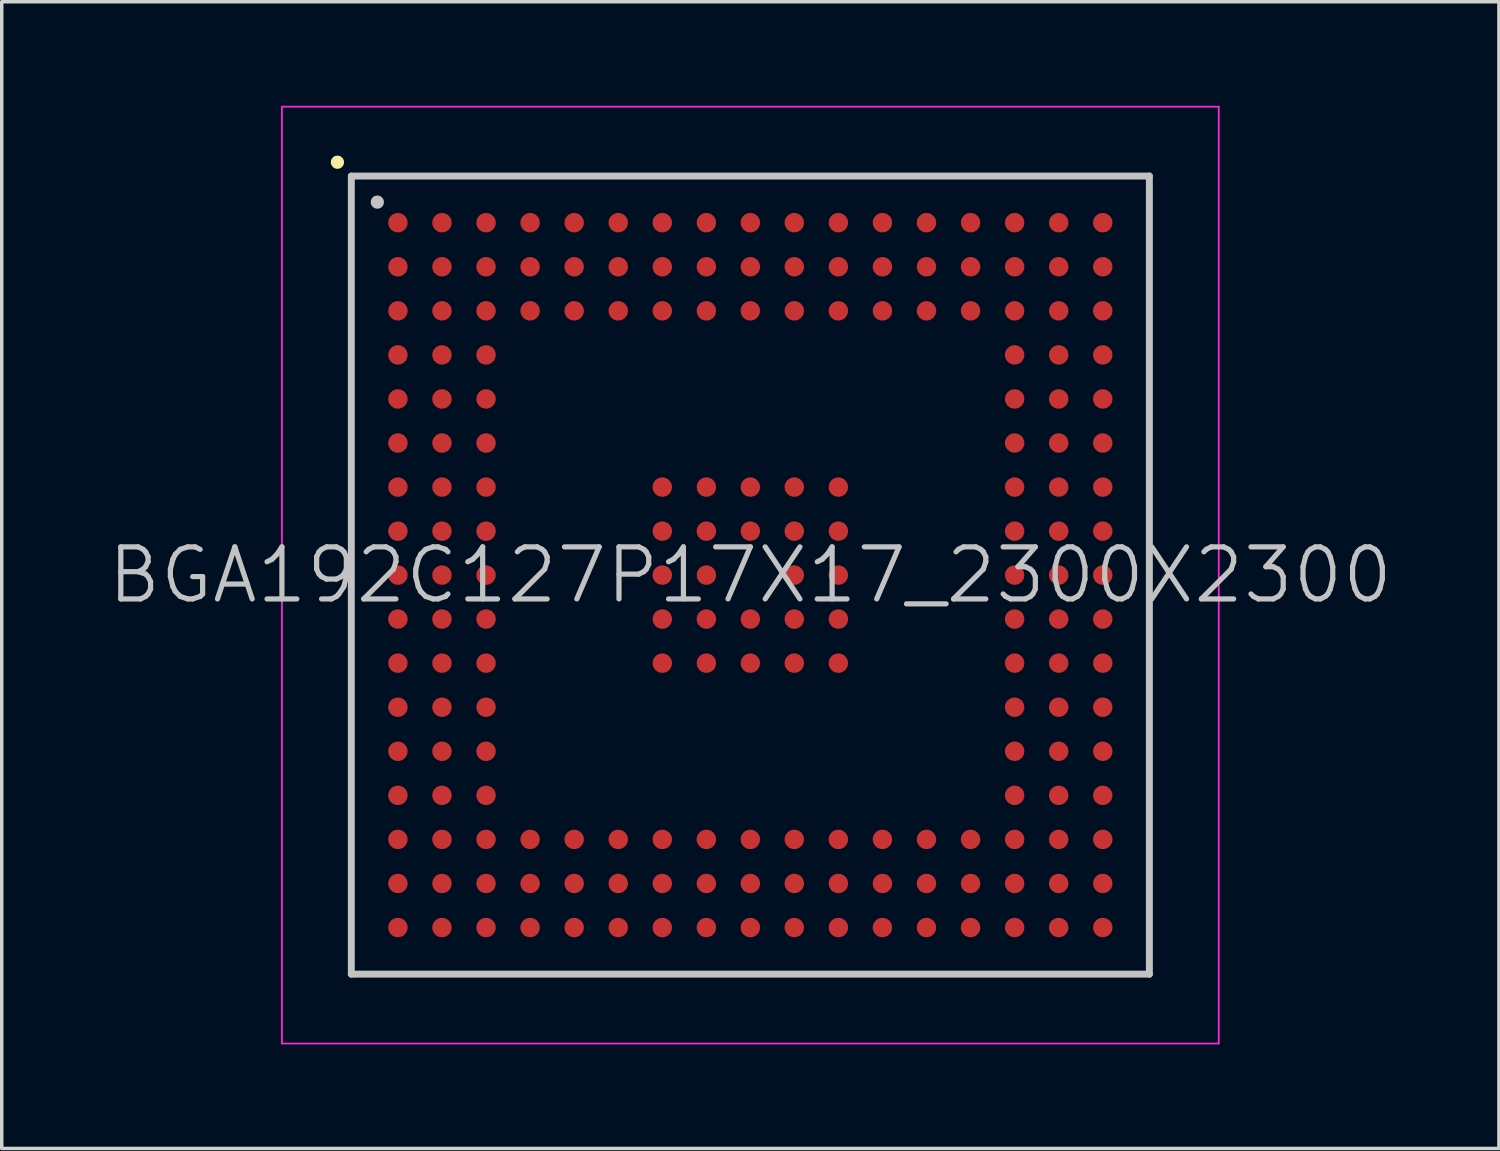
<source format=kicad_pcb>
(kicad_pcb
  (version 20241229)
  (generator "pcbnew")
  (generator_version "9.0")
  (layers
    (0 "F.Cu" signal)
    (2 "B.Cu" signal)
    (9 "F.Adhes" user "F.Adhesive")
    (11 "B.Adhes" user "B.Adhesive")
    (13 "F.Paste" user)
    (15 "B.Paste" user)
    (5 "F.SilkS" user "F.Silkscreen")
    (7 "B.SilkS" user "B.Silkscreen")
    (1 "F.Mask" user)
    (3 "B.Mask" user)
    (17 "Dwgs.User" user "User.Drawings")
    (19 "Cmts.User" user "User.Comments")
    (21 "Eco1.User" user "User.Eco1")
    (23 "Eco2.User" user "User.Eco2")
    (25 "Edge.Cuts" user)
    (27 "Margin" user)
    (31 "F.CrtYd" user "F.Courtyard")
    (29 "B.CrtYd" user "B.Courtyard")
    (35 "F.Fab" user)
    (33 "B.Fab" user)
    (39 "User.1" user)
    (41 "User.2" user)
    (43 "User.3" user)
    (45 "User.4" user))
  (footprint "BGA192C127P17X17_2300X2300"
    (layer "F.Cu")
    (at 18.575 13.525)
    (property "Reference" "BGA192C127P17X17_2300X2300" (at 0 0 0) (layer "Dwgs.User") (effects (font (size 1.5 1.5) (thickness 0.15))))
    (attr smd)
    (fp_line (start -11.9 -11.9) (end -11.9 -11.9) (stroke (width 0.381) (type solid)) (layer "F.SilkS"))
    (fp_line (start -11.5 -11.5) (end -11.5 11.5) (stroke (width 0.2) (type solid)) (layer "Dwgs.User"))
    (fp_line (start -11.5 -11.5) (end 11.5 -11.5) (stroke (width 0.2) (type solid)) (layer "Dwgs.User"))
    (fp_line (start -11.5 11.5) (end 11.5 11.5) (stroke (width 0.2) (type solid)) (layer "Dwgs.User"))
    (fp_line (start -10.75 -10.75) (end -10.75 -10.75) (stroke (width 0.381) (type solid)) (layer "Dwgs.User"))
    (fp_line (start 11.5 -11.5) (end 11.5 11.5) (stroke (width 0.2) (type solid)) (layer "Dwgs.User"))
    (fp_line (start -13.5 -13.5) (end -13.5 13.5) (stroke (width 0.05) (type solid)) (layer "F.CrtYd"))
    (fp_line (start -13.5 -13.5) (end 13.5 -13.5) (stroke (width 0.05) (type solid)) (layer "F.CrtYd"))
    (fp_line (start -13.5 13.5) (end 13.5 13.5) (stroke (width 0.05) (type solid)) (layer "F.CrtYd"))
    (fp_line (start 13.5 -13.5) (end 13.5 13.5) (stroke (width 0.05) (type solid)) (layer "F.CrtYd"))
    (pad "A1" smd circle (at -10.157 -10.157 270) (size 0.56 0.56) (layers "F.Cu" "F.Mask" "F.Paste"))
    (pad "A2" smd circle (at -8.887 -10.157 270) (size 0.56 0.56) (layers "F.Cu" "F.Mask" "F.Paste"))
    (pad "A3" smd circle (at -7.617 -10.157 270) (size 0.56 0.56) (layers "F.Cu" "F.Mask" "F.Paste"))
    (pad "A4" smd circle (at -6.347 -10.157 270) (size 0.56 0.56) (layers "F.Cu" "F.Mask" "F.Paste"))
    (pad "A5" smd circle (at -5.077 -10.157 270) (size 0.56 0.56) (layers "F.Cu" "F.Mask" "F.Paste"))
    (pad "A6" smd circle (at -3.807 -10.157 270) (size 0.56 0.56) (layers "F.Cu" "F.Mask" "F.Paste"))
    (pad "A7" smd circle (at -2.537 -10.157 270) (size 0.56 0.56) (layers "F.Cu" "F.Mask" "F.Paste"))
    (pad "A8" smd circle (at -1.267 -10.157 270) (size 0.56 0.56) (layers "F.Cu" "F.Mask" "F.Paste"))
    (pad "A9" smd circle (at 0 -10.157 270) (size 0.56 0.56) (layers "F.Cu" "F.Mask" "F.Paste"))
    (pad "A10" smd circle (at 1.267 -10.157 270) (size 0.56 0.56) (layers "F.Cu" "F.Mask" "F.Paste"))
    (pad "A11" smd circle (at 2.537 -10.157 270) (size 0.56 0.56) (layers "F.Cu" "F.Mask" "F.Paste"))
    (pad "A12" smd circle (at 3.807 -10.157 270) (size 0.56 0.56) (layers "F.Cu" "F.Mask" "F.Paste"))
    (pad "A13" smd circle (at 5.077 -10.157 270) (size 0.56 0.56) (layers "F.Cu" "F.Mask" "F.Paste"))
    (pad "A14" smd circle (at 6.347 -10.157 270) (size 0.56 0.56) (layers "F.Cu" "F.Mask" "F.Paste"))
    (pad "A15" smd circle (at 7.617 -10.157 270) (size 0.56 0.56) (layers "F.Cu" "F.Mask" "F.Paste"))
    (pad "A16" smd circle (at 8.887 -10.157 270) (size 0.56 0.56) (layers "F.Cu" "F.Mask" "F.Paste"))
    (pad "A17" smd circle (at 10.157 -10.157 270) (size 0.56 0.56) (layers "F.Cu" "F.Mask" "F.Paste"))
    (pad "B1" smd circle (at -10.157 -8.887 270) (size 0.56 0.56) (layers "F.Cu" "F.Mask" "F.Paste"))
    (pad "B2" smd circle (at -8.887 -8.887 270) (size 0.56 0.56) (layers "F.Cu" "F.Mask" "F.Paste"))
    (pad "B3" smd circle (at -7.617 -8.887 270) (size 0.56 0.56) (layers "F.Cu" "F.Mask" "F.Paste"))
    (pad "B4" smd circle (at -6.347 -8.887 270) (size 0.56 0.56) (layers "F.Cu" "F.Mask" "F.Paste"))
    (pad "B5" smd circle (at -5.077 -8.887 270) (size 0.56 0.56) (layers "F.Cu" "F.Mask" "F.Paste"))
    (pad "B6" smd circle (at -3.807 -8.887 270) (size 0.56 0.56) (layers "F.Cu" "F.Mask" "F.Paste"))
    (pad "B7" smd circle (at -2.537 -8.887 270) (size 0.56 0.56) (layers "F.Cu" "F.Mask" "F.Paste"))
    (pad "B8" smd circle (at -1.267 -8.887 270) (size 0.56 0.56) (layers "F.Cu" "F.Mask" "F.Paste"))
    (pad "B9" smd circle (at 0 -8.887 270) (size 0.56 0.56) (layers "F.Cu" "F.Mask" "F.Paste"))
    (pad "B10" smd circle (at 1.267 -8.887 270) (size 0.56 0.56) (layers "F.Cu" "F.Mask" "F.Paste"))
    (pad "B11" smd circle (at 2.537 -8.887 270) (size 0.56 0.56) (layers "F.Cu" "F.Mask" "F.Paste"))
    (pad "B12" smd circle (at 3.807 -8.887 270) (size 0.56 0.56) (layers "F.Cu" "F.Mask" "F.Paste"))
    (pad "B13" smd circle (at 5.077 -8.887 270) (size 0.56 0.56) (layers "F.Cu" "F.Mask" "F.Paste"))
    (pad "B14" smd circle (at 6.347 -8.887 270) (size 0.56 0.56) (layers "F.Cu" "F.Mask" "F.Paste"))
    (pad "B15" smd circle (at 7.617 -8.887 270) (size 0.56 0.56) (layers "F.Cu" "F.Mask" "F.Paste"))
    (pad "B16" smd circle (at 8.887 -8.887 270) (size 0.56 0.56) (layers "F.Cu" "F.Mask" "F.Paste"))
    (pad "B17" smd circle (at 10.157 -8.887 270) (size 0.56 0.56) (layers "F.Cu" "F.Mask" "F.Paste"))
    (pad "C1" smd circle (at -10.157 -7.617 270) (size 0.56 0.56) (layers "F.Cu" "F.Mask" "F.Paste"))
    (pad "C2" smd circle (at -8.887 -7.617 270) (size 0.56 0.56) (layers "F.Cu" "F.Mask" "F.Paste"))
    (pad "C3" smd circle (at -7.617 -7.617 270) (size 0.56 0.56) (layers "F.Cu" "F.Mask" "F.Paste"))
    (pad "C4" smd circle (at -6.347 -7.617 270) (size 0.56 0.56) (layers "F.Cu" "F.Mask" "F.Paste"))
    (pad "C5" smd circle (at -5.077 -7.617 270) (size 0.56 0.56) (layers "F.Cu" "F.Mask" "F.Paste"))
    (pad "C6" smd circle (at -3.807 -7.617 270) (size 0.56 0.56) (layers "F.Cu" "F.Mask" "F.Paste"))
    (pad "C7" smd circle (at -2.537 -7.617 270) (size 0.56 0.56) (layers "F.Cu" "F.Mask" "F.Paste"))
    (pad "C8" smd circle (at -1.267 -7.617 270) (size 0.56 0.56) (layers "F.Cu" "F.Mask" "F.Paste"))
    (pad "C9" smd circle (at 0 -7.617 270) (size 0.56 0.56) (layers "F.Cu" "F.Mask" "F.Paste"))
    (pad "C10" smd circle (at 1.267 -7.617 270) (size 0.56 0.56) (layers "F.Cu" "F.Mask" "F.Paste"))
    (pad "C11" smd circle (at 2.537 -7.617 270) (size 0.56 0.56) (layers "F.Cu" "F.Mask" "F.Paste"))
    (pad "C12" smd circle (at 3.807 -7.617 270) (size 0.56 0.56) (layers "F.Cu" "F.Mask" "F.Paste"))
    (pad "C13" smd circle (at 5.077 -7.617 270) (size 0.56 0.56) (layers "F.Cu" "F.Mask" "F.Paste"))
    (pad "C14" smd circle (at 6.347 -7.617 270) (size 0.56 0.56) (layers "F.Cu" "F.Mask" "F.Paste"))
    (pad "C15" smd circle (at 7.617 -7.617 270) (size 0.56 0.56) (layers "F.Cu" "F.Mask" "F.Paste"))
    (pad "C16" smd circle (at 8.887 -7.617 270) (size 0.56 0.56) (layers "F.Cu" "F.Mask" "F.Paste"))
    (pad "C17" smd circle (at 10.157 -7.617 270) (size 0.56 0.56) (layers "F.Cu" "F.Mask" "F.Paste"))
    (pad "D1" smd circle (at -10.157 -6.347 270) (size 0.56 0.56) (layers "F.Cu" "F.Mask" "F.Paste"))
    (pad "D2" smd circle (at -8.887 -6.347 270) (size 0.56 0.56) (layers "F.Cu" "F.Mask" "F.Paste"))
    (pad "D3" smd circle (at -7.617 -6.347 270) (size 0.56 0.56) (layers "F.Cu" "F.Mask" "F.Paste"))
    (pad "D15" smd circle (at 7.617 -6.347 270) (size 0.56 0.56) (layers "F.Cu" "F.Mask" "F.Paste"))
    (pad "D16" smd circle (at 8.887 -6.347 270) (size 0.56 0.56) (layers "F.Cu" "F.Mask" "F.Paste"))
    (pad "D17" smd circle (at 10.157 -6.347 270) (size 0.56 0.56) (layers "F.Cu" "F.Mask" "F.Paste"))
    (pad "E1" smd circle (at -10.157 -5.077 270) (size 0.56 0.56) (layers "F.Cu" "F.Mask" "F.Paste"))
    (pad "E2" smd circle (at -8.887 -5.077 270) (size 0.56 0.56) (layers "F.Cu" "F.Mask" "F.Paste"))
    (pad "E3" smd circle (at -7.617 -5.077 270) (size 0.56 0.56) (layers "F.Cu" "F.Mask" "F.Paste"))
    (pad "E15" smd circle (at 7.617 -5.077 270) (size 0.56 0.56) (layers "F.Cu" "F.Mask" "F.Paste"))
    (pad "E16" smd circle (at 8.887 -5.077 270) (size 0.56 0.56) (layers "F.Cu" "F.Mask" "F.Paste"))
    (pad "E17" smd circle (at 10.157 -5.077 270) (size 0.56 0.56) (layers "F.Cu" "F.Mask" "F.Paste"))
    (pad "F1" smd circle (at -10.157 -3.807 270) (size 0.56 0.56) (layers "F.Cu" "F.Mask" "F.Paste"))
    (pad "F2" smd circle (at -8.887 -3.807 270) (size 0.56 0.56) (layers "F.Cu" "F.Mask" "F.Paste"))
    (pad "F3" smd circle (at -7.617 -3.807 270) (size 0.56 0.56) (layers "F.Cu" "F.Mask" "F.Paste"))
    (pad "F15" smd circle (at 7.617 -3.807 270) (size 0.56 0.56) (layers "F.Cu" "F.Mask" "F.Paste"))
    (pad "F16" smd circle (at 8.887 -3.807 270) (size 0.56 0.56) (layers "F.Cu" "F.Mask" "F.Paste"))
    (pad "F17" smd circle (at 10.157 -3.807 270) (size 0.56 0.56) (layers "F.Cu" "F.Mask" "F.Paste"))
    (pad "G1" smd circle (at -10.157 -2.537 270) (size 0.56 0.56) (layers "F.Cu" "F.Mask" "F.Paste"))
    (pad "G2" smd circle (at -8.887 -2.537 270) (size 0.56 0.56) (layers "F.Cu" "F.Mask" "F.Paste"))
    (pad "G3" smd circle (at -7.617 -2.537 270) (size 0.56 0.56) (layers "F.Cu" "F.Mask" "F.Paste"))
    (pad "G7" smd circle (at -2.537 -2.537 270) (size 0.56 0.56) (layers "F.Cu" "F.Mask" "F.Paste"))
    (pad "G8" smd circle (at -1.267 -2.537 270) (size 0.56 0.56) (layers "F.Cu" "F.Mask" "F.Paste"))
    (pad "G9" smd circle (at 0 -2.537 270) (size 0.56 0.56) (layers "F.Cu" "F.Mask" "F.Paste"))
    (pad "G10" smd circle (at 1.267 -2.537 270) (size 0.56 0.56) (layers "F.Cu" "F.Mask" "F.Paste"))
    (pad "G11" smd circle (at 2.537 -2.537 270) (size 0.56 0.56) (layers "F.Cu" "F.Mask" "F.Paste"))
    (pad "G15" smd circle (at 7.617 -2.537 270) (size 0.56 0.56) (layers "F.Cu" "F.Mask" "F.Paste"))
    (pad "G16" smd circle (at 8.887 -2.537 270) (size 0.56 0.56) (layers "F.Cu" "F.Mask" "F.Paste"))
    (pad "G17" smd circle (at 10.157 -2.537 270) (size 0.56 0.56) (layers "F.Cu" "F.Mask" "F.Paste"))
    (pad "H1" smd circle (at -10.157 -1.267 270) (size 0.56 0.56) (layers "F.Cu" "F.Mask" "F.Paste"))
    (pad "H2" smd circle (at -8.887 -1.267 270) (size 0.56 0.56) (layers "F.Cu" "F.Mask" "F.Paste"))
    (pad "H3" smd circle (at -7.617 -1.267 270) (size 0.56 0.56) (layers "F.Cu" "F.Mask" "F.Paste"))
    (pad "H7" smd circle (at -2.537 -1.267 270) (size 0.56 0.56) (layers "F.Cu" "F.Mask" "F.Paste"))
    (pad "H8" smd circle (at -1.267 -1.267 270) (size 0.56 0.56) (layers "F.Cu" "F.Mask" "F.Paste"))
    (pad "H9" smd circle (at 0 -1.267 270) (size 0.56 0.56) (layers "F.Cu" "F.Mask" "F.Paste"))
    (pad "H10" smd circle (at 1.267 -1.267 270) (size 0.56 0.56) (layers "F.Cu" "F.Mask" "F.Paste"))
    (pad "H11" smd circle (at 2.537 -1.267 270) (size 0.56 0.56) (layers "F.Cu" "F.Mask" "F.Paste"))
    (pad "H15" smd circle (at 7.617 -1.267 270) (size 0.56 0.56) (layers "F.Cu" "F.Mask" "F.Paste"))
    (pad "H16" smd circle (at 8.887 -1.267 270) (size 0.56 0.56) (layers "F.Cu" "F.Mask" "F.Paste"))
    (pad "H17" smd circle (at 10.157 -1.267 270) (size 0.56 0.56) (layers "F.Cu" "F.Mask" "F.Paste"))
    (pad "J1" smd circle (at -10.157 0 270) (size 0.56 0.56) (layers "F.Cu" "F.Mask" "F.Paste"))
    (pad "J2" smd circle (at -8.887 0 270) (size 0.56 0.56) (layers "F.Cu" "F.Mask" "F.Paste"))
    (pad "J3" smd circle (at -7.617 0 270) (size 0.56 0.56) (layers "F.Cu" "F.Mask" "F.Paste"))
    (pad "J7" smd circle (at -2.537 0 270) (size 0.56 0.56) (layers "F.Cu" "F.Mask" "F.Paste"))
    (pad "J8" smd circle (at -1.267 0 270) (size 0.56 0.56) (layers "F.Cu" "F.Mask" "F.Paste"))
    (pad "J10" smd circle (at 1.267 0 270) (size 0.56 0.56) (layers "F.Cu" "F.Mask" "F.Paste"))
    (pad "J11" smd circle (at 2.537 0 270) (size 0.56 0.56) (layers "F.Cu" "F.Mask" "F.Paste"))
    (pad "J15" smd circle (at 7.617 0 270) (size 0.56 0.56) (layers "F.Cu" "F.Mask" "F.Paste"))
    (pad "J16" smd circle (at 8.887 0 270) (size 0.56 0.56) (layers "F.Cu" "F.Mask" "F.Paste"))
    (pad "J17" smd circle (at 10.157 0 270) (size 0.56 0.56) (layers "F.Cu" "F.Mask" "F.Paste"))
    (pad "K1" smd circle (at -10.157 1.267 270) (size 0.56 0.56) (layers "F.Cu" "F.Mask" "F.Paste"))
    (pad "K2" smd circle (at -8.887 1.267 270) (size 0.56 0.56) (layers "F.Cu" "F.Mask" "F.Paste"))
    (pad "K3" smd circle (at -7.617 1.267 270) (size 0.56 0.56) (layers "F.Cu" "F.Mask" "F.Paste"))
    (pad "K7" smd circle (at -2.537 1.267 270) (size 0.56 0.56) (layers "F.Cu" "F.Mask" "F.Paste"))
    (pad "K8" smd circle (at -1.267 1.267 270) (size 0.56 0.56) (layers "F.Cu" "F.Mask" "F.Paste"))
    (pad "K9" smd circle (at 0 1.267 270) (size 0.56 0.56) (layers "F.Cu" "F.Mask" "F.Paste"))
    (pad "K10" smd circle (at 1.267 1.267 270) (size 0.56 0.56) (layers "F.Cu" "F.Mask" "F.Paste"))
    (pad "K11" smd circle (at 2.537 1.267 270) (size 0.56 0.56) (layers "F.Cu" "F.Mask" "F.Paste"))
    (pad "K15" smd circle (at 7.617 1.267 270) (size 0.56 0.56) (layers "F.Cu" "F.Mask" "F.Paste"))
    (pad "K16" smd circle (at 8.887 1.267 270) (size 0.56 0.56) (layers "F.Cu" "F.Mask" "F.Paste"))
    (pad "K17" smd circle (at 10.157 1.267 270) (size 0.56 0.56) (layers "F.Cu" "F.Mask" "F.Paste"))
    (pad "L1" smd circle (at -10.157 2.537 270) (size 0.56 0.56) (layers "F.Cu" "F.Mask" "F.Paste"))
    (pad "L2" smd circle (at -8.887 2.537 270) (size 0.56 0.56) (layers "F.Cu" "F.Mask" "F.Paste"))
    (pad "L3" smd circle (at -7.617 2.537 270) (size 0.56 0.56) (layers "F.Cu" "F.Mask" "F.Paste"))
    (pad "L7" smd circle (at -2.537 2.537 270) (size 0.56 0.56) (layers "F.Cu" "F.Mask" "F.Paste"))
    (pad "L8" smd circle (at -1.267 2.537 270) (size 0.56 0.56) (layers "F.Cu" "F.Mask" "F.Paste"))
    (pad "L9" smd circle (at 0 2.537 270) (size 0.56 0.56) (layers "F.Cu" "F.Mask" "F.Paste"))
    (pad "L10" smd circle (at 1.267 2.537 270) (size 0.56 0.56) (layers "F.Cu" "F.Mask" "F.Paste"))
    (pad "L11" smd circle (at 2.537 2.537 270) (size 0.56 0.56) (layers "F.Cu" "F.Mask" "F.Paste"))
    (pad "L15" smd circle (at 7.617 2.537 270) (size 0.56 0.56) (layers "F.Cu" "F.Mask" "F.Paste"))
    (pad "L16" smd circle (at 8.887 2.537 270) (size 0.56 0.56) (layers "F.Cu" "F.Mask" "F.Paste"))
    (pad "L17" smd circle (at 10.157 2.537 270) (size 0.56 0.56) (layers "F.Cu" "F.Mask" "F.Paste"))
    (pad "M1" smd circle (at -10.157 3.807 270) (size 0.56 0.56) (layers "F.Cu" "F.Mask" "F.Paste"))
    (pad "M2" smd circle (at -8.887 3.807 270) (size 0.56 0.56) (layers "F.Cu" "F.Mask" "F.Paste"))
    (pad "M3" smd circle (at -7.617 3.807 270) (size 0.56 0.56) (layers "F.Cu" "F.Mask" "F.Paste"))
    (pad "M15" smd circle (at 7.617 3.807 270) (size 0.56 0.56) (layers "F.Cu" "F.Mask" "F.Paste"))
    (pad "M16" smd circle (at 8.887 3.807 270) (size 0.56 0.56) (layers "F.Cu" "F.Mask" "F.Paste"))
    (pad "M17" smd circle (at 10.157 3.807 270) (size 0.56 0.56) (layers "F.Cu" "F.Mask" "F.Paste"))
    (pad "N1" smd circle (at -10.157 5.077 270) (size 0.56 0.56) (layers "F.Cu" "F.Mask" "F.Paste"))
    (pad "N2" smd circle (at -8.887 5.077 270) (size 0.56 0.56) (layers "F.Cu" "F.Mask" "F.Paste"))
    (pad "N3" smd circle (at -7.617 5.077 270) (size 0.56 0.56) (layers "F.Cu" "F.Mask" "F.Paste"))
    (pad "N15" smd circle (at 7.617 5.077 270) (size 0.56 0.56) (layers "F.Cu" "F.Mask" "F.Paste"))
    (pad "N16" smd circle (at 8.887 5.077 270) (size 0.56 0.56) (layers "F.Cu" "F.Mask" "F.Paste"))
    (pad "N17" smd circle (at 10.157 5.077 270) (size 0.56 0.56) (layers "F.Cu" "F.Mask" "F.Paste"))
    (pad "P1" smd circle (at -10.157 6.347 270) (size 0.56 0.56) (layers "F.Cu" "F.Mask" "F.Paste"))
    (pad "P2" smd circle (at -8.887 6.347 270) (size 0.56 0.56) (layers "F.Cu" "F.Mask" "F.Paste"))
    (pad "P3" smd circle (at -7.617 6.347 270) (size 0.56 0.56) (layers "F.Cu" "F.Mask" "F.Paste"))
    (pad "P15" smd circle (at 7.617 6.347 270) (size 0.56 0.56) (layers "F.Cu" "F.Mask" "F.Paste"))
    (pad "P16" smd circle (at 8.887 6.347 270) (size 0.56 0.56) (layers "F.Cu" "F.Mask" "F.Paste"))
    (pad "P17" smd circle (at 10.157 6.347 270) (size 0.56 0.56) (layers "F.Cu" "F.Mask" "F.Paste"))
    (pad "R1" smd circle (at -10.157 7.617 270) (size 0.56 0.56) (layers "F.Cu" "F.Mask" "F.Paste"))
    (pad "R2" smd circle (at -8.887 7.617 270) (size 0.56 0.56) (layers "F.Cu" "F.Mask" "F.Paste"))
    (pad "R3" smd circle (at -7.617 7.617 270) (size 0.56 0.56) (layers "F.Cu" "F.Mask" "F.Paste"))
    (pad "R4" smd circle (at -6.347 7.617 270) (size 0.56 0.56) (layers "F.Cu" "F.Mask" "F.Paste"))
    (pad "R5" smd circle (at -5.077 7.617 270) (size 0.56 0.56) (layers "F.Cu" "F.Mask" "F.Paste"))
    (pad "R6" smd circle (at -3.807 7.617 270) (size 0.56 0.56) (layers "F.Cu" "F.Mask" "F.Paste"))
    (pad "R7" smd circle (at -2.537 7.617 270) (size 0.56 0.56) (layers "F.Cu" "F.Mask" "F.Paste"))
    (pad "R8" smd circle (at -1.267 7.617 270) (size 0.56 0.56) (layers "F.Cu" "F.Mask" "F.Paste"))
    (pad "R9" smd circle (at 0 7.617 270) (size 0.56 0.56) (layers "F.Cu" "F.Mask" "F.Paste"))
    (pad "R10" smd circle (at 1.267 7.617 270) (size 0.56 0.56) (layers "F.Cu" "F.Mask" "F.Paste"))
    (pad "R11" smd circle (at 2.537 7.617 270) (size 0.56 0.56) (layers "F.Cu" "F.Mask" "F.Paste"))
    (pad "R12" smd circle (at 3.807 7.617 270) (size 0.56 0.56) (layers "F.Cu" "F.Mask" "F.Paste"))
    (pad "R13" smd circle (at 5.077 7.617 270) (size 0.56 0.56) (layers "F.Cu" "F.Mask" "F.Paste"))
    (pad "R14" smd circle (at 6.347 7.617 270) (size 0.56 0.56) (layers "F.Cu" "F.Mask" "F.Paste"))
    (pad "R15" smd circle (at 7.617 7.617 270) (size 0.56 0.56) (layers "F.Cu" "F.Mask" "F.Paste"))
    (pad "R16" smd circle (at 8.887 7.617 270) (size 0.56 0.56) (layers "F.Cu" "F.Mask" "F.Paste"))
    (pad "R17" smd circle (at 10.157 7.617 270) (size 0.56 0.56) (layers "F.Cu" "F.Mask" "F.Paste"))
    (pad "T1" smd circle (at -10.157 8.887 270) (size 0.56 0.56) (layers "F.Cu" "F.Mask" "F.Paste"))
    (pad "T2" smd circle (at -8.887 8.887 270) (size 0.56 0.56) (layers "F.Cu" "F.Mask" "F.Paste"))
    (pad "T3" smd circle (at -7.617 8.887 270) (size 0.56 0.56) (layers "F.Cu" "F.Mask" "F.Paste"))
    (pad "T4" smd circle (at -6.347 8.887 270) (size 0.56 0.56) (layers "F.Cu" "F.Mask" "F.Paste"))
    (pad "T5" smd circle (at -5.077 8.887 270) (size 0.56 0.56) (layers "F.Cu" "F.Mask" "F.Paste"))
    (pad "T6" smd circle (at -3.807 8.887 270) (size 0.56 0.56) (layers "F.Cu" "F.Mask" "F.Paste"))
    (pad "T7" smd circle (at -2.537 8.887 270) (size 0.56 0.56) (layers "F.Cu" "F.Mask" "F.Paste"))
    (pad "T8" smd circle (at -1.267 8.887 270) (size 0.56 0.56) (layers "F.Cu" "F.Mask" "F.Paste"))
    (pad "T9" smd circle (at 0 8.887 270) (size 0.56 0.56) (layers "F.Cu" "F.Mask" "F.Paste"))
    (pad "T10" smd circle (at 1.267 8.887 270) (size 0.56 0.56) (layers "F.Cu" "F.Mask" "F.Paste"))
    (pad "T11" smd circle (at 2.537 8.887 270) (size 0.56 0.56) (layers "F.Cu" "F.Mask" "F.Paste"))
    (pad "T12" smd circle (at 3.807 8.887 270) (size 0.56 0.56) (layers "F.Cu" "F.Mask" "F.Paste"))
    (pad "T13" smd circle (at 5.077 8.887 270) (size 0.56 0.56) (layers "F.Cu" "F.Mask" "F.Paste"))
    (pad "T14" smd circle (at 6.347 8.887 270) (size 0.56 0.56) (layers "F.Cu" "F.Mask" "F.Paste"))
    (pad "T15" smd circle (at 7.617 8.887 270) (size 0.56 0.56) (layers "F.Cu" "F.Mask" "F.Paste"))
    (pad "T16" smd circle (at 8.887 8.887 270) (size 0.56 0.56) (layers "F.Cu" "F.Mask" "F.Paste"))
    (pad "T17" smd circle (at 10.157 8.887 270) (size 0.56 0.56) (layers "F.Cu" "F.Mask" "F.Paste"))
    (pad "U1" smd circle (at -10.157 10.157 270) (size 0.56 0.56) (layers "F.Cu" "F.Mask" "F.Paste"))
    (pad "U2" smd circle (at -8.887 10.157 270) (size 0.56 0.56) (layers "F.Cu" "F.Mask" "F.Paste"))
    (pad "U3" smd circle (at -7.617 10.157 270) (size 0.56 0.56) (layers "F.Cu" "F.Mask" "F.Paste"))
    (pad "U4" smd circle (at -6.347 10.157 270) (size 0.56 0.56) (layers "F.Cu" "F.Mask" "F.Paste"))
    (pad "U5" smd circle (at -5.077 10.157 270) (size 0.56 0.56) (layers "F.Cu" "F.Mask" "F.Paste"))
    (pad "U6" smd circle (at -3.807 10.157 270) (size 0.56 0.56) (layers "F.Cu" "F.Mask" "F.Paste"))
    (pad "U7" smd circle (at -2.537 10.157 270) (size 0.56 0.56) (layers "F.Cu" "F.Mask" "F.Paste"))
    (pad "U8" smd circle (at -1.267 10.157 270) (size 0.56 0.56) (layers "F.Cu" "F.Mask" "F.Paste"))
    (pad "U9" smd circle (at 0 10.157 270) (size 0.56 0.56) (layers "F.Cu" "F.Mask" "F.Paste"))
    (pad "U10" smd circle (at 1.267 10.157 270) (size 0.56 0.56) (layers "F.Cu" "F.Mask" "F.Paste"))
    (pad "U11" smd circle (at 2.537 10.157 270) (size 0.56 0.56) (layers "F.Cu" "F.Mask" "F.Paste"))
    (pad "U12" smd circle (at 3.807 10.157 270) (size 0.56 0.56) (layers "F.Cu" "F.Mask" "F.Paste"))
    (pad "U13" smd circle (at 5.077 10.157 270) (size 0.56 0.56) (layers "F.Cu" "F.Mask" "F.Paste"))
    (pad "U14" smd circle (at 6.347 10.157 270) (size 0.56 0.56) (layers "F.Cu" "F.Mask" "F.Paste"))
    (pad "U15" smd circle (at 7.617 10.157 270) (size 0.56 0.56) (layers "F.Cu" "F.Mask" "F.Paste"))
    (pad "U16" smd circle (at 8.887 10.157 270) (size 0.56 0.56) (layers "F.Cu" "F.Mask" "F.Paste"))
    (pad "U17" smd circle (at 10.157 10.157 270) (size 0.56 0.56) (layers "F.Cu" "F.Mask" "F.Paste")))
  (gr_rect
    (start -3 -3)
    (end 40.15 30.05)
    (stroke (width 0.1) (type default))
    (fill no)
    (layer "Edge.Cuts")))
</source>
